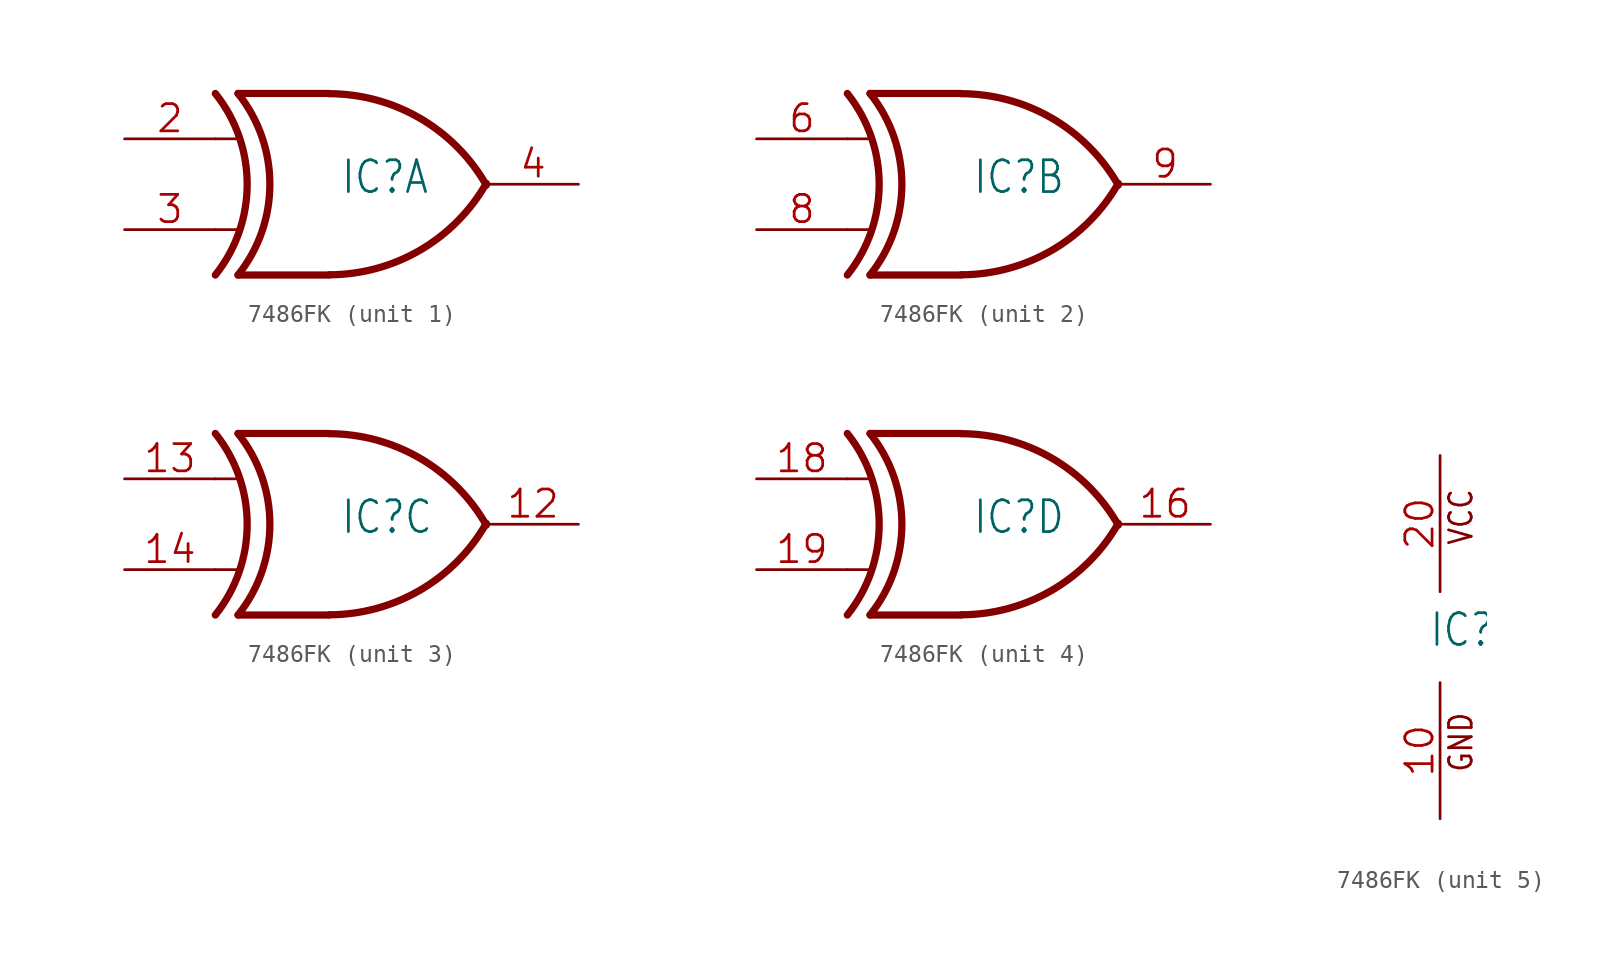
<source format=kicad_sym>
(kicad_symbol_lib
  (version 20241209)
  (generator "kicad_symbol_editor")
  (generator_version "9.0")
  (symbol "7486FK"
    (property "Reference" "IC"
      (at -0.635 -0.635 0)
      (effects (font (size 1.778 1.511)) (justify left bottom)))
    (property "ki_locked" ""
      (at 0 0 0)
      (effects (font (size 1.27 1.27))))
    (symbol "7486FK_1_0"
      (arc (start -7.62 5.08) (mid -5.838 0.0001) (end -7.6199 -5.0799) (stroke (width 0.4064) (type solid)) (fill (type none)))
      (arc (start -6.35 5.08) (mid -4.568 0.0001) (end -6.3499 -5.0799) (stroke (width 0.4064) (type solid)) (fill (type none)))
      (polyline (pts (xy -7.62 2.54) (xy -6.35 2.54)) (stroke (width 0.152) (type solid)) (fill (type none)))
      (polyline (pts (xy -7.62 -2.54) (xy -6.35 -2.54)) (stroke (width 0.152) (type solid)) (fill (type none)))
      (polyline (pts (xy -1.27 5.08) (xy -6.35 5.08)) (stroke (width 0.406) (type solid)) (fill (type none)))
      (polyline (pts (xy -1.27 -5.08) (xy -6.35 -5.08)) (stroke (width 0.406) (type solid)) (fill (type none)))
      (arc (start 7.5439 0.0506) (mid 3.8372 -3.6891) (end -1.2446 -5.0678) (stroke (width 0.4064) (type solid)) (fill (type none)))
      (arc (start -1.2446 5.0678) (mid 3.8372 3.6892) (end 7.5441 -0.0504) (stroke (width 0.4064) (type solid)) (fill (type none)))
      (pin input line (at -12.7 2.54 0) (length 5.08) (name "I0" (effects (font (size 0 0)))) (number "2" (effects (font (size 1.524 1.524)))))
      (pin input line (at -12.7 -2.54 0) (length 5.08) (name "I1" (effects (font (size 0 0)))) (number "3" (effects (font (size 1.524 1.524)))))
      (pin output line (at 12.7 0 180) (length 5.08) (name "O" (effects (font (size 0 0)))) (number "4" (effects (font (size 1.524 1.524))))))
    (symbol "7486FK_2_0"
      (arc (start -7.62 5.08) (mid -5.838 0.0001) (end -7.6199 -5.0799) (stroke (width 0.4064) (type solid)) (fill (type none)))
      (arc (start -6.35 5.08) (mid -4.568 0.0001) (end -6.3499 -5.0799) (stroke (width 0.4064) (type solid)) (fill (type none)))
      (polyline (pts (xy -7.62 2.54) (xy -6.35 2.54)) (stroke (width 0.152) (type solid)) (fill (type none)))
      (polyline (pts (xy -7.62 -2.54) (xy -6.35 -2.54)) (stroke (width 0.152) (type solid)) (fill (type none)))
      (polyline (pts (xy -1.27 5.08) (xy -6.35 5.08)) (stroke (width 0.406) (type solid)) (fill (type none)))
      (polyline (pts (xy -1.27 -5.08) (xy -6.35 -5.08)) (stroke (width 0.406) (type solid)) (fill (type none)))
      (arc (start 7.5439 0.0506) (mid 3.8372 -3.6891) (end -1.2446 -5.0678) (stroke (width 0.4064) (type solid)) (fill (type none)))
      (arc (start -1.2446 5.0678) (mid 3.8372 3.6892) (end 7.5441 -0.0504) (stroke (width 0.4064) (type solid)) (fill (type none)))
      (pin input line (at -12.7 2.54 0) (length 5.08) (name "I0" (effects (font (size 0 0)))) (number "6" (effects (font (size 1.524 1.524)))))
      (pin input line (at -12.7 -2.54 0) (length 5.08) (name "I1" (effects (font (size 0 0)))) (number "8" (effects (font (size 1.524 1.524)))))
      (pin output line (at 12.7 0 180) (length 5.08) (name "O" (effects (font (size 0 0)))) (number "9" (effects (font (size 1.524 1.524))))))
    (symbol "7486FK_3_0"
      (arc (start -7.62 5.08) (mid -5.838 0.0001) (end -7.6199 -5.0799) (stroke (width 0.4064) (type solid)) (fill (type none)))
      (arc (start -6.35 5.08) (mid -4.568 0.0001) (end -6.3499 -5.0799) (stroke (width 0.4064) (type solid)) (fill (type none)))
      (polyline (pts (xy -7.62 2.54) (xy -6.35 2.54)) (stroke (width 0.152) (type solid)) (fill (type none)))
      (polyline (pts (xy -7.62 -2.54) (xy -6.35 -2.54)) (stroke (width 0.152) (type solid)) (fill (type none)))
      (polyline (pts (xy -1.27 5.08) (xy -6.35 5.08)) (stroke (width 0.406) (type solid)) (fill (type none)))
      (polyline (pts (xy -1.27 -5.08) (xy -6.35 -5.08)) (stroke (width 0.406) (type solid)) (fill (type none)))
      (arc (start 7.5439 0.0506) (mid 3.8372 -3.6891) (end -1.2446 -5.0678) (stroke (width 0.4064) (type solid)) (fill (type none)))
      (arc (start -1.2446 5.0678) (mid 3.8372 3.6892) (end 7.5441 -0.0504) (stroke (width 0.4064) (type solid)) (fill (type none)))
      (pin input line (at -12.7 2.54 0) (length 5.08) (name "I0" (effects (font (size 0 0)))) (number "13" (effects (font (size 1.524 1.524)))))
      (pin input line (at -12.7 -2.54 0) (length 5.08) (name "I1" (effects (font (size 0 0)))) (number "14" (effects (font (size 1.524 1.524)))))
      (pin output line (at 12.7 0 180) (length 5.08) (name "O" (effects (font (size 0 0)))) (number "12" (effects (font (size 1.524 1.524))))))
    (symbol "7486FK_4_0"
      (arc (start -7.62 5.08) (mid -5.838 0.0001) (end -7.6199 -5.0799) (stroke (width 0.4064) (type solid)) (fill (type none)))
      (arc (start -6.35 5.08) (mid -4.568 0.0001) (end -6.3499 -5.0799) (stroke (width 0.4064) (type solid)) (fill (type none)))
      (polyline (pts (xy -7.62 2.54) (xy -6.35 2.54)) (stroke (width 0.152) (type solid)) (fill (type none)))
      (polyline (pts (xy -7.62 -2.54) (xy -6.35 -2.54)) (stroke (width 0.152) (type solid)) (fill (type none)))
      (polyline (pts (xy -1.27 5.08) (xy -6.35 5.08)) (stroke (width 0.406) (type solid)) (fill (type none)))
      (polyline (pts (xy -1.27 -5.08) (xy -6.35 -5.08)) (stroke (width 0.406) (type solid)) (fill (type none)))
      (arc (start 7.5439 0.0506) (mid 3.8372 -3.6891) (end -1.2446 -5.0678) (stroke (width 0.4064) (type solid)) (fill (type none)))
      (arc (start -1.2446 5.0678) (mid 3.8372 3.6892) (end 7.5441 -0.0504) (stroke (width 0.4064) (type solid)) (fill (type none)))
      (pin input line (at -12.7 2.54 0) (length 5.08) (name "I0" (effects (font (size 0 0)))) (number "18" (effects (font (size 1.524 1.524)))))
      (pin input line (at -12.7 -2.54 0) (length 5.08) (name "I1" (effects (font (size 0 0)))) (number "19" (effects (font (size 1.524 1.524)))))
      (pin output line (at 12.7 0 180) (length 5.08) (name "O" (effects (font (size 0 0)))) (number "16" (effects (font (size 1.524 1.524))))))
    (symbol "7486FK_5_0"
      (text "VCC" (at 1.905 5.08 900) (effects (font (size 1.27 1.079)) (justify left bottom)))
      (text "GND" (at 1.905 -7.62 900) (effects (font (size 1.27 1.079)) (justify left bottom)))
      (pin power_in line (at 0 10.16 270) (length 7.62) (name "VCC" (effects (font (size 0 0)))) (number "20" (effects (font (size 1.524 1.524)))))
      (pin power_in line (at 0 -10.16 90) (length 7.62) (name "GND" (effects (font (size 0 0)))) (number "10" (effects (font (size 1.524 1.524))))))))
</source>
